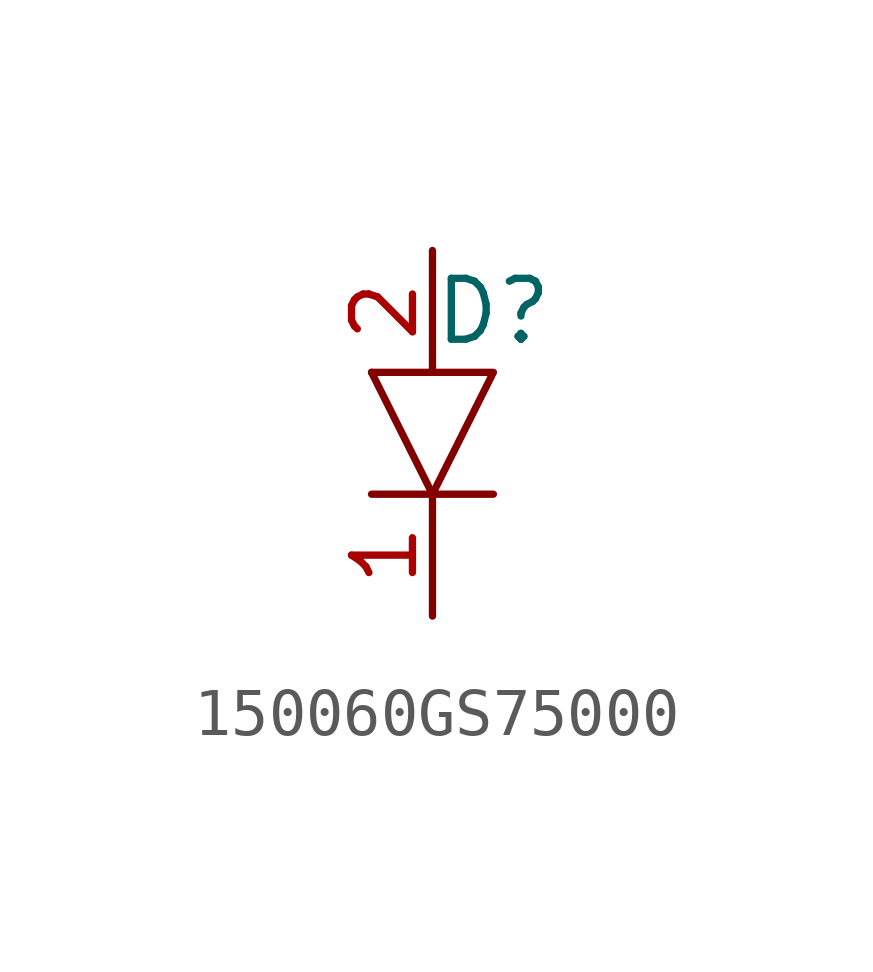
<source format=kicad_sym>
(kicad_symbol_lib
  (version 20211014)
  (generator kicad_symbol_editor)
  (symbol "150060GS75000"
    (property "Reference" "D"
      (at 1.27 6.35 0)
      (effects (font (size 1.27 1.27))))
    (symbol "150060GS75000_0_1"
      (polyline (pts (xy -1.27 2.54) (xy 1.27 2.54)) (stroke (width 0) (type default) (color 0 0 0 0)) (fill (type none)))
      (polyline (pts (xy -1.27 5.08) (xy 0 2.54)) (stroke (width 0) (type default) (color 0 0 0 0)) (fill (type none)))
      (polyline (pts (xy -1.27 5.08) (xy 1.27 5.08) (xy 0 2.54)) (stroke (width 0) (type default) (color 0 0 0 0)) (fill (type none))))
    (symbol "150060GS75000_1_1"
      (pin passive line (at 0 0 90) (length 2.54) (name "" (effects (font (size 1.27 1.27)))) (number "1" (effects (font (size 1.27 1.27)))))
      (pin passive line (at 0 7.62 270) (length 2.54) (name "" (effects (font (size 1.27 1.27)))) (number "2" (effects (font (size 1.27 1.27))))))))
</source>
